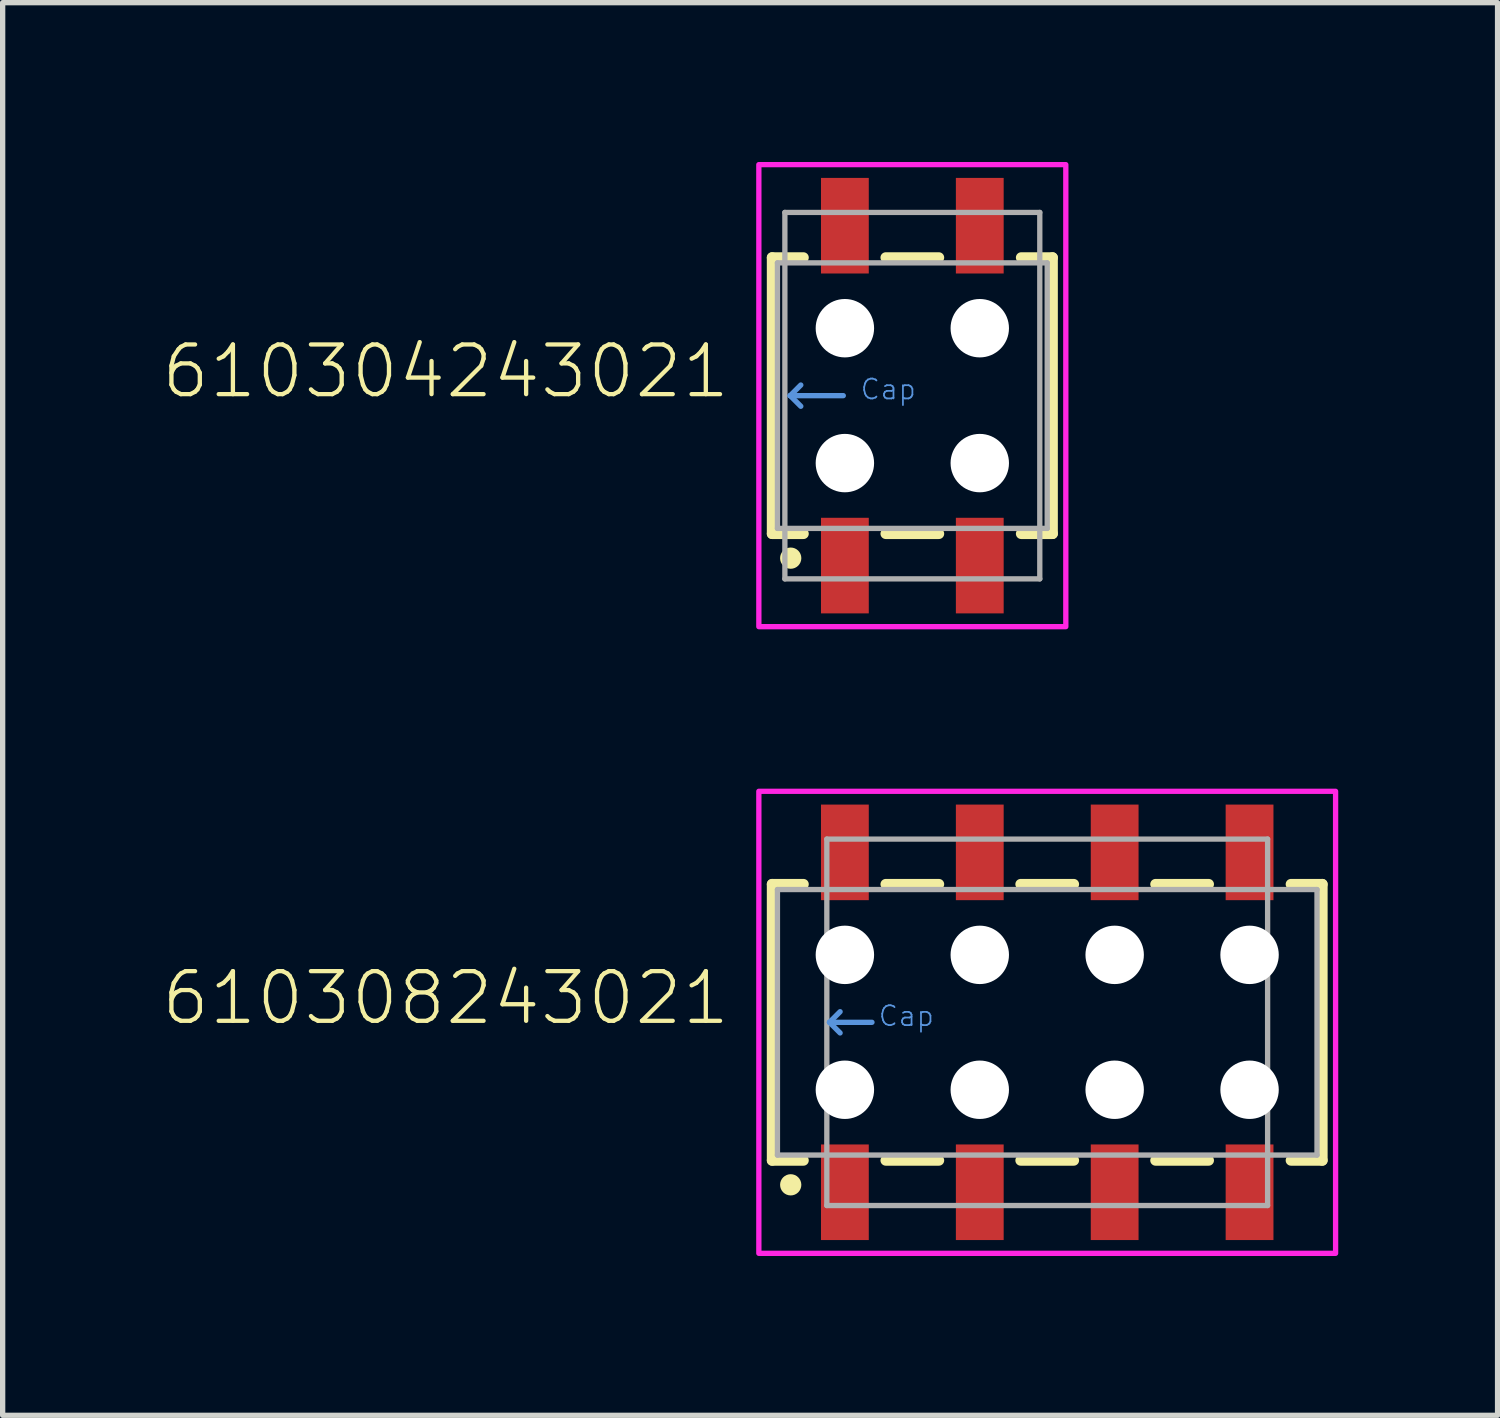
<source format=kicad_pcb>
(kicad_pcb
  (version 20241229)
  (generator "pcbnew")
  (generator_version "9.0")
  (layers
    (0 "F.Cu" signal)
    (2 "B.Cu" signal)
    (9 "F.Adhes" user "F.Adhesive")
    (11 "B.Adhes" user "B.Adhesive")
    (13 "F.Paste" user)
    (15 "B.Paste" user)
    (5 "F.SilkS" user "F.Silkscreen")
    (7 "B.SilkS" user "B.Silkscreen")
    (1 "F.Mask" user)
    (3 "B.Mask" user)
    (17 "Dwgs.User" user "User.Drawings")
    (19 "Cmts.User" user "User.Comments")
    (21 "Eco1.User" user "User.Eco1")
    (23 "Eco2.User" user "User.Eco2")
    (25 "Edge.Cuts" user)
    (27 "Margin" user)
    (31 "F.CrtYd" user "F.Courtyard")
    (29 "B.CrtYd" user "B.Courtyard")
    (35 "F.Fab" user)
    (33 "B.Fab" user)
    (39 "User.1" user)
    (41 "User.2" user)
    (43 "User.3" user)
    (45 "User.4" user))
  (footprint "610308243021"
    (layer "F.Cu")
    (at 16.669 16.2)
    (property "Reference" "610308243021" (at -5.93 0.09 0) (unlocked yes) (layer "F.SilkS") (effects (font (size 0.935 0.935) (thickness 0.081)) (justify right bottom)))
    (fp_line (start -5.18 -2.6) (end -5.18 2.6) (stroke (width 0.2) (type solid)) (layer "F.SilkS"))
    (fp_line (start -5.18 2.6) (end -4.59 2.6) (stroke (width 0.2) (type solid)) (layer "F.SilkS"))
    (fp_line (start -4.59 -2.6) (end -5.18 -2.6) (stroke (width 0.2) (type solid)) (layer "F.SilkS"))
    (fp_line (start -3.04 2.6) (end -2.04 2.6) (stroke (width 0.2) (type solid)) (layer "F.SilkS"))
    (fp_line (start -2.04 -2.6) (end -3.04 -2.6) (stroke (width 0.2) (type solid)) (layer "F.SilkS"))
    (fp_line (start -0.5 2.6) (end 0.5 2.6) (stroke (width 0.2) (type solid)) (layer "F.SilkS"))
    (fp_line (start 0.5 -2.6) (end -0.5 -2.6) (stroke (width 0.2) (type solid)) (layer "F.SilkS"))
    (fp_line (start 2.04 2.6) (end 3.04 2.6) (stroke (width 0.2) (type solid)) (layer "F.SilkS"))
    (fp_line (start 3.04 -2.6) (end 2.04 -2.6) (stroke (width 0.2) (type solid)) (layer "F.SilkS"))
    (fp_line (start 4.59 -2.6) (end 5.18 -2.6) (stroke (width 0.2) (type solid)) (layer "F.SilkS"))
    (fp_line (start 5.18 -2.6) (end 5.18 2.6) (stroke (width 0.2) (type solid)) (layer "F.SilkS"))
    (fp_line (start 5.18 2.6) (end 4.59 2.6) (stroke (width 0.2) (type solid)) (layer "F.SilkS"))
    (fp_circle (center -4.83 3.06) (end -4.73 3.06) (stroke (width 0.2) (type solid)) (fill no) (layer "F.SilkS"))
    (fp_line (start -4.1 0) (end -3.9 -0.2) (stroke (width 0.1) (type solid)) (layer "Cmts.User"))
    (fp_line (start -4.1 0) (end -3.9 0.2) (stroke (width 0.1) (type solid)) (layer "Cmts.User"))
    (fp_line (start -4.1 0) (end -3.3 0) (stroke (width 0.1) (type solid)) (layer "Cmts.User"))
    (fp_poly (pts (xy 5.43 4.35) (xy -5.43 4.35) (xy -5.43 -4.35) (xy 5.43 -4.35)) (stroke (width 0.1) (type default)) (fill no) (layer "F.CrtYd"))
    (fp_line (start -5.08 -2.5) (end -5.08 2.5) (stroke (width 0.1) (type solid)) (layer "F.Fab"))
    (fp_line (start -5.08 -2.5) (end 5.08 -2.5) (stroke (width 0.1) (type solid)) (layer "F.Fab"))
    (fp_line (start -5.08 2.5) (end 5.08 2.5) (stroke (width 0.1) (type solid)) (layer "F.Fab"))
    (fp_line (start -4.15 -3.45) (end 4.15 -3.45) (stroke (width 0.1) (type solid)) (layer "F.Fab"))
    (fp_line (start -4.15 3.45) (end -4.15 -3.45) (stroke (width 0.1) (type solid)) (layer "F.Fab"))
    (fp_line (start 4.15 -3.45) (end 4.15 3.45) (stroke (width 0.1) (type solid)) (layer "F.Fab"))
    (fp_line (start 4.15 3.45) (end -4.15 3.45) (stroke (width 0.1) (type solid)) (layer "F.Fab"))
    (fp_line (start 5.08 2.5) (end 5.08 -2.5) (stroke (width 0.1) (type solid)) (layer "F.Fab"))
    (fp_text user "Cap" (at -3.2 0.1 0) (unlocked yes) (layer "Cmts.User") (effects (font (size 0.374 0.374) (thickness 0.033)) (justify left bottom)))
    (pad "" np_thru_hole circle (at -3.81 -1.27) (size 1.1 1.1) (drill 1.1) (layers "*.Cu" "*.Mask"))
    (pad "" np_thru_hole circle (at -3.81 1.27) (size 1.1 1.1) (drill 1.1) (layers "*.Cu" "*.Mask"))
    (pad "" np_thru_hole circle (at -1.27 -1.27) (size 1.1 1.1) (drill 1.1) (layers "*.Cu" "*.Mask"))
    (pad "" np_thru_hole circle (at -1.27 1.27) (size 1.1 1.1) (drill 1.1) (layers "*.Cu" "*.Mask"))
    (pad "" np_thru_hole circle (at 1.27 -1.27) (size 1.1 1.1) (drill 1.1) (layers "*.Cu" "*.Mask"))
    (pad "" np_thru_hole circle (at 1.27 1.27) (size 1.1 1.1) (drill 1.1) (layers "*.Cu" "*.Mask"))
    (pad "" np_thru_hole circle (at 3.81 -1.27) (size 1.1 1.1) (drill 1.1) (layers "*.Cu" "*.Mask"))
    (pad "" np_thru_hole circle (at 3.81 1.27) (size 1.1 1.1) (drill 1.1) (layers "*.Cu" "*.Mask"))
    (pad "1" smd rect (at -3.81 3.2 90) (size 1.8 0.9) (layers "F.Cu" "F.Mask" "F.Paste"))
    (pad "2" smd rect (at -3.81 -3.2 90) (size 1.8 0.9) (layers "F.Cu" "F.Mask" "F.Paste"))
    (pad "3" smd rect (at -1.27 3.2 90) (size 1.8 0.9) (layers "F.Cu" "F.Mask" "F.Paste"))
    (pad "4" smd rect (at -1.27 -3.2 90) (size 1.8 0.9) (layers "F.Cu" "F.Mask" "F.Paste"))
    (pad "5" smd rect (at 1.27 3.2 90) (size 1.8 0.9) (layers "F.Cu" "F.Mask" "F.Paste"))
    (pad "6" smd rect (at 1.27 -3.2 90) (size 1.8 0.9) (layers "F.Cu" "F.Mask" "F.Paste"))
    (pad "7" smd rect (at 3.81 3.2 90) (size 1.8 0.9) (layers "F.Cu" "F.Mask" "F.Paste"))
    (pad "8" smd rect (at 3.81 -3.2 90) (size 1.8 0.9) (layers "F.Cu" "F.Mask" "F.Paste")))
  (footprint "610304243021"
    (layer "F.Cu")
    (at 14.129 4.4)
    (property "Reference" "610304243021" (at -3.39 0.09 0) (unlocked yes) (layer "F.SilkS") (effects (font (size 0.935 0.935) (thickness 0.081)) (justify right bottom)))
    (fp_line (start -2.64 -2.6) (end -2.64 2.6) (stroke (width 0.2) (type solid)) (layer "F.SilkS"))
    (fp_line (start -2.64 2.6) (end -2.05 2.6) (stroke (width 0.2) (type solid)) (layer "F.SilkS"))
    (fp_line (start -2.05 -2.6) (end -2.64 -2.6) (stroke (width 0.2) (type solid)) (layer "F.SilkS"))
    (fp_line (start -0.5 2.6) (end 0.5 2.6) (stroke (width 0.2) (type solid)) (layer "F.SilkS"))
    (fp_line (start 0.5 -2.6) (end -0.5 -2.6) (stroke (width 0.2) (type solid)) (layer "F.SilkS"))
    (fp_line (start 2.05 -2.6) (end 2.64 -2.6) (stroke (width 0.2) (type solid)) (layer "F.SilkS"))
    (fp_line (start 2.64 -2.6) (end 2.64 2.6) (stroke (width 0.2) (type solid)) (layer "F.SilkS"))
    (fp_line (start 2.64 2.6) (end 2.05 2.6) (stroke (width 0.2) (type solid)) (layer "F.SilkS"))
    (fp_circle (center -2.29 3.06) (end -2.19 3.06) (stroke (width 0.2) (type solid)) (fill no) (layer "F.SilkS"))
    (fp_line (start -2.3 0) (end -2.1 -0.2) (stroke (width 0.1) (type solid)) (layer "Cmts.User"))
    (fp_line (start -2.3 0) (end -2.1 0.2) (stroke (width 0.1) (type solid)) (layer "Cmts.User"))
    (fp_line (start -2.3 0) (end -1.3 0) (stroke (width 0.1) (type solid)) (layer "Cmts.User"))
    (fp_poly (pts (xy 2.89 4.35) (xy -2.89 4.35) (xy -2.89 -4.35) (xy 2.89 -4.35)) (stroke (width 0.1) (type default)) (fill no) (layer "F.CrtYd"))
    (fp_line (start -2.54 -2.5) (end -2.54 2.5) (stroke (width 0.1) (type solid)) (layer "F.Fab"))
    (fp_line (start -2.54 -2.5) (end 2.54 -2.5) (stroke (width 0.1) (type solid)) (layer "F.Fab"))
    (fp_line (start -2.54 2.5) (end 2.54 2.5) (stroke (width 0.1) (type solid)) (layer "F.Fab"))
    (fp_line (start -2.4 -3.45) (end 2.4 -3.45) (stroke (width 0.1) (type solid)) (layer "F.Fab"))
    (fp_line (start -2.4 3.45) (end -2.4 -3.45) (stroke (width 0.1) (type solid)) (layer "F.Fab"))
    (fp_line (start 2.4 -3.45) (end 2.4 3.45) (stroke (width 0.1) (type solid)) (layer "F.Fab"))
    (fp_line (start 2.4 3.45) (end -2.4 3.45) (stroke (width 0.1) (type solid)) (layer "F.Fab"))
    (fp_line (start 2.54 2.5) (end 2.54 -2.5) (stroke (width 0.1) (type solid)) (layer "F.Fab"))
    (fp_text user "Cap" (at -1 0.1 0) (unlocked yes) (layer "Cmts.User") (effects (font (size 0.374 0.374) (thickness 0.033)) (justify left bottom)))
    (pad "" np_thru_hole circle (at -1.27 -1.27) (size 1.1 1.1) (drill 1.1) (layers "*.Cu" "*.Mask"))
    (pad "" np_thru_hole circle (at -1.27 1.27) (size 1.1 1.1) (drill 1.1) (layers "*.Cu" "*.Mask"))
    (pad "" np_thru_hole circle (at 1.27 -1.27) (size 1.1 1.1) (drill 1.1) (layers "*.Cu" "*.Mask"))
    (pad "" np_thru_hole circle (at 1.27 1.27) (size 1.1 1.1) (drill 1.1) (layers "*.Cu" "*.Mask"))
    (pad "1" smd rect (at -1.27 3.2 90) (size 1.8 0.9) (layers "F.Cu" "F.Mask" "F.Paste"))
    (pad "2" smd rect (at -1.27 -3.2 90) (size 1.8 0.9) (layers "F.Cu" "F.Mask" "F.Paste"))
    (pad "3" smd rect (at 1.27 3.2 90) (size 1.8 0.9) (layers "F.Cu" "F.Mask" "F.Paste"))
    (pad "4" smd rect (at 1.27 -3.2 90) (size 1.8 0.9) (layers "F.Cu" "F.Mask" "F.Paste")))
  (gr_rect
    (start -3 -3)
    (end 25.149 23.6)
    (stroke (width 0.1) (type default))
    (fill no)
    (layer "Edge.Cuts")))
</source>
